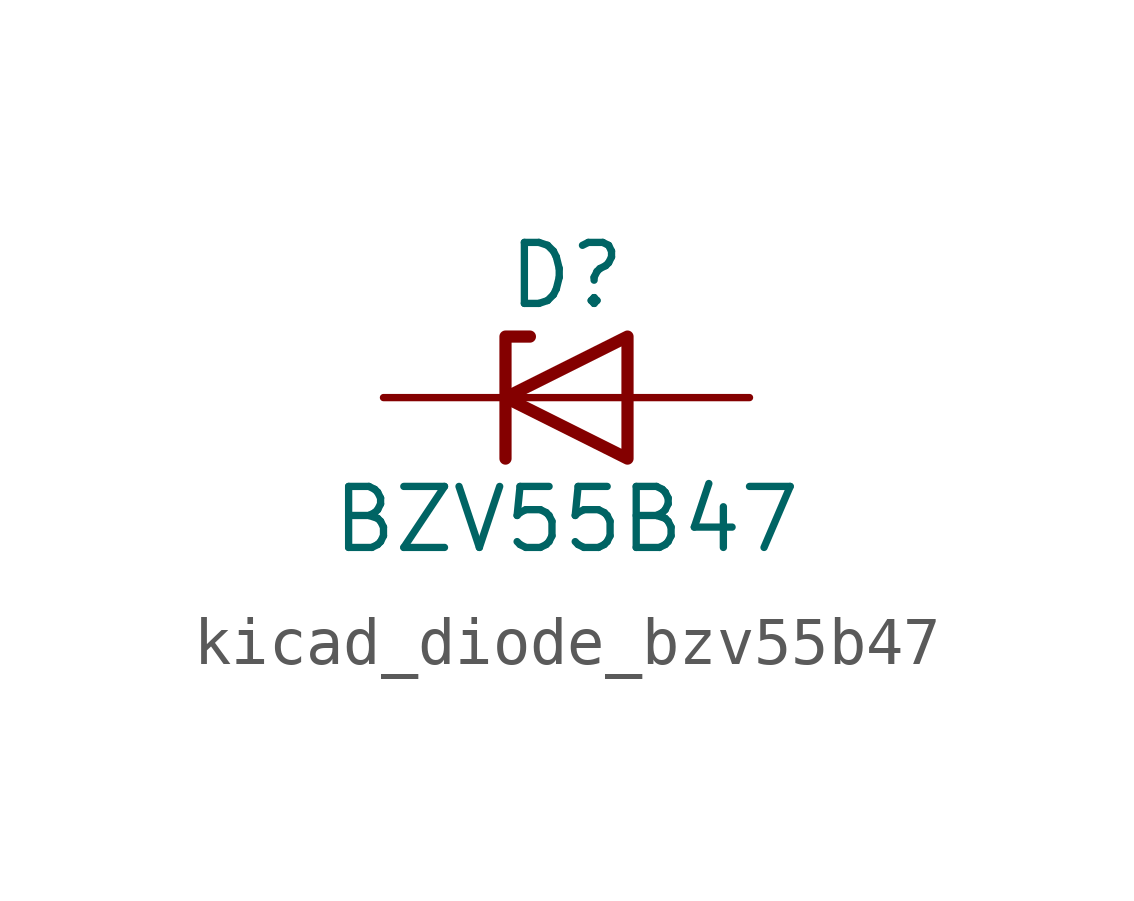
<source format=kicad_sym>
(kicad_symbol_lib
  (version 20220914)
  (generator kicad_symbol_editor)
  (symbol "kicad_diode_bzv55b47"
    (pin_numbers hide)
    (pin_names hide)
    (property "Reference" "D"
      (at 0 2.54 0)
      (effects (font (size 1.27 1.27))))
    (property "Value" "BZV55B47"
      (at 0 -2.54 0)
      (effects (font (size 1.27 1.27))))
    (symbol "kicad_diode_bzv55b47_0_1"
      (polyline (pts (xy 1.27 0) (xy -1.27 0)) (stroke (width 0) (type default)) (fill (type none)))
      (polyline (pts (xy -1.27 -1.27) (xy -1.27 1.27) (xy -0.762 1.27)) (stroke (width 0.254) (type default)) (fill (type none)))
      (polyline (pts (xy 1.27 -1.27) (xy 1.27 1.27) (xy -1.27 0) (xy 1.27 -1.27)) (stroke (width 0.254) (type default)) (fill (type none))))
    (symbol "kicad_diode_bzv55b47_1_1"
      (pin passive line (at -3.81 0 0) (length 2.54) (name "K" (effects (font (size 1.27 1.27)))) (number "1" (effects (font (size 1.27 1.27)))))
      (pin passive line (at 3.81 0 180) (length 2.54) (name "A" (effects (font (size 1.27 1.27)))) (number "2" (effects (font (size 1.27 1.27))))))))
</source>
